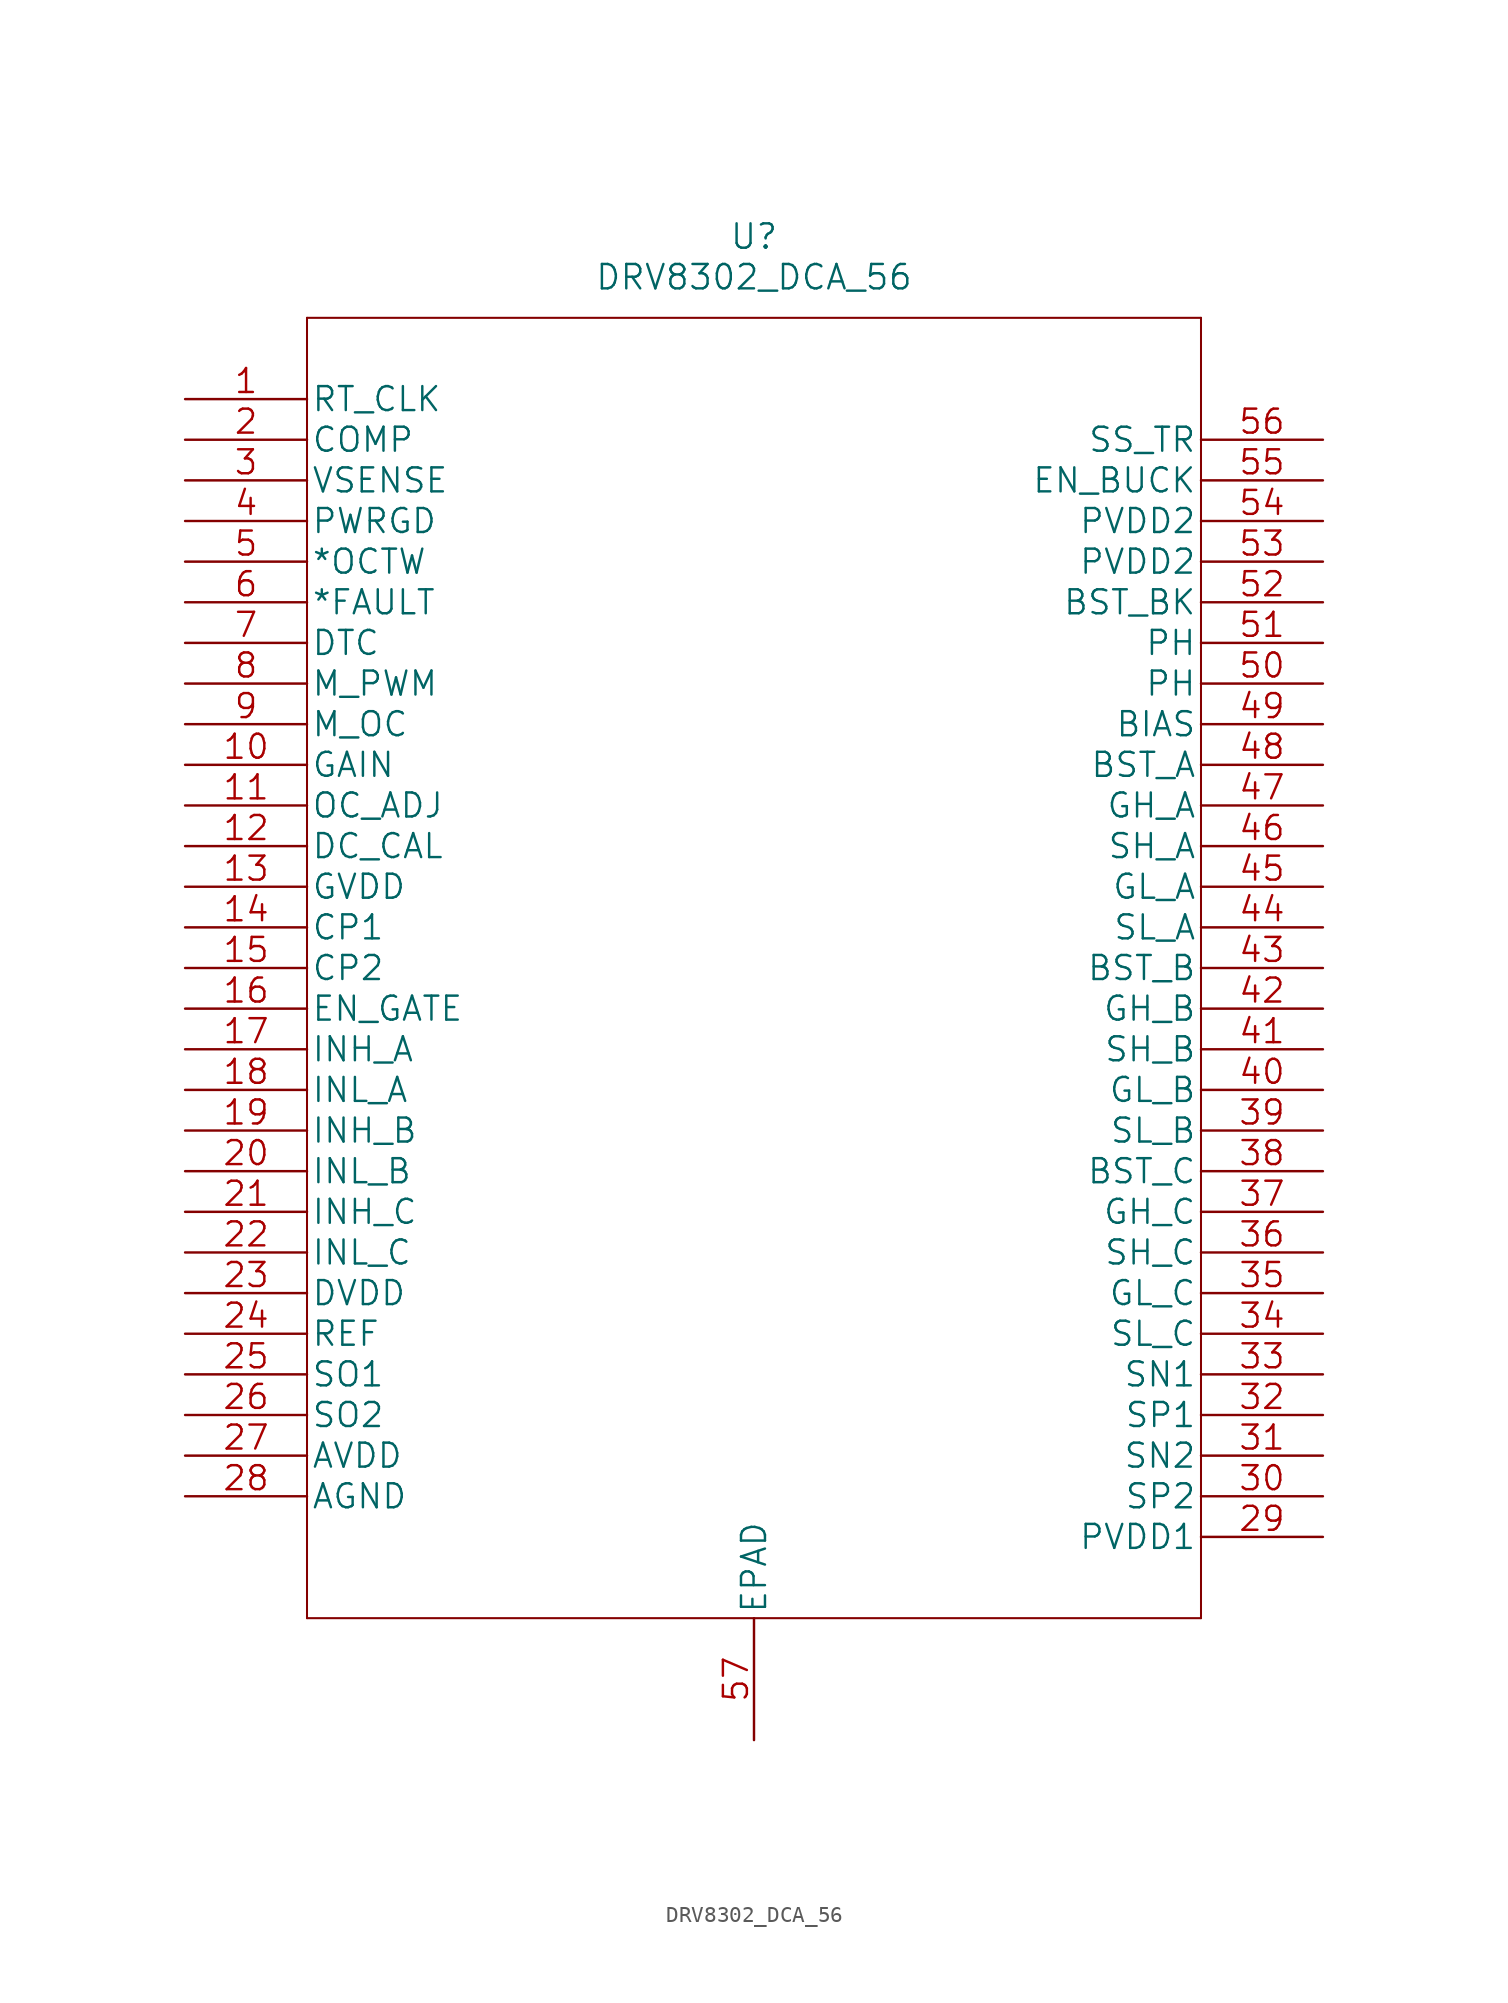
<source format=kicad_sym>
(kicad_symbol_lib
  (version 20231120)
  (generator "kicad_symbol_editor")
  (generator_version "8.0")
  (symbol "DRV8302_DCA_56"
    (pin_names
      (offset 0.254))
    (property "Reference" "U"
      (at 35.56 10.16 0)
      (effects (font (size 1.524 1.524))))
    (property "Value" "DRV8302_DCA_56"
      (at 35.56 7.62 0)
      (effects (font (size 1.524 1.524))))
    (property "Datasheet" ""
      (at 0 0 0)
      (effects (font (size 1.524 1.524))))
    (symbol "DRV8302_DCA_56_1_1"
      (polyline (pts (xy 7.62 -76.2) (xy 63.5 -76.2)) (stroke (width 0.127) (type solid)) (fill (type none)))
      (polyline (pts (xy 7.62 5.08) (xy 7.62 -76.2)) (stroke (width 0.127) (type solid)) (fill (type none)))
      (polyline (pts (xy 63.5 -76.2) (xy 63.5 5.08)) (stroke (width 0.127) (type solid)) (fill (type none)))
      (polyline (pts (xy 63.5 5.08) (xy 7.62 5.08)) (stroke (width 0.127) (type solid)) (fill (type none)))
      (pin input line (at 0 0 0) (length 7.62) (name "RT_CLK" (effects (font (size 1.499 1.499)))) (number "1" (effects (font (size 1.499 1.499)))))
      (pin output line (at 0 -22.86 0) (length 7.62) (name "GAIN" (effects (font (size 1.499 1.499)))) (number "10" (effects (font (size 1.499 1.499)))))
      (pin input line (at 0 -25.4 0) (length 7.62) (name "OC_ADJ" (effects (font (size 1.499 1.499)))) (number "11" (effects (font (size 1.499 1.499)))))
      (pin input line (at 0 -27.94 0) (length 7.62) (name "DC_CAL" (effects (font (size 1.499 1.499)))) (number "12" (effects (font (size 1.499 1.499)))))
      (pin power_in line (at 0 -30.48 0) (length 7.62) (name "GVDD" (effects (font (size 1.499 1.499)))) (number "13" (effects (font (size 1.499 1.499)))))
      (pin power_in line (at 0 -33.02 0) (length 7.62) (name "CP1" (effects (font (size 1.499 1.499)))) (number "14" (effects (font (size 1.499 1.499)))))
      (pin power_in line (at 0 -35.56 0) (length 7.62) (name "CP2" (effects (font (size 1.499 1.499)))) (number "15" (effects (font (size 1.499 1.499)))))
      (pin input line (at 0 -38.1 0) (length 7.62) (name "EN_GATE" (effects (font (size 1.499 1.499)))) (number "16" (effects (font (size 1.499 1.499)))))
      (pin input line (at 0 -40.64 0) (length 7.62) (name "INH_A" (effects (font (size 1.499 1.499)))) (number "17" (effects (font (size 1.499 1.499)))))
      (pin input line (at 0 -43.18 0) (length 7.62) (name "INL_A" (effects (font (size 1.499 1.499)))) (number "18" (effects (font (size 1.499 1.499)))))
      (pin input line (at 0 -45.72 0) (length 7.62) (name "INH_B" (effects (font (size 1.499 1.499)))) (number "19" (effects (font (size 1.499 1.499)))))
      (pin output line (at 0 -2.54 0) (length 7.62) (name "COMP" (effects (font (size 1.499 1.499)))) (number "2" (effects (font (size 1.499 1.499)))))
      (pin input line (at 0 -48.26 0) (length 7.62) (name "INL_B" (effects (font (size 1.499 1.499)))) (number "20" (effects (font (size 1.499 1.499)))))
      (pin input line (at 0 -50.8 0) (length 7.62) (name "INH_C" (effects (font (size 1.499 1.499)))) (number "21" (effects (font (size 1.499 1.499)))))
      (pin input line (at 0 -53.34 0) (length 7.62) (name "INL_C" (effects (font (size 1.499 1.499)))) (number "22" (effects (font (size 1.499 1.499)))))
      (pin power_in line (at 0 -55.88 0) (length 7.62) (name "DVDD" (effects (font (size 1.499 1.499)))) (number "23" (effects (font (size 1.499 1.499)))))
      (pin input line (at 0 -58.42 0) (length 7.62) (name "REF" (effects (font (size 1.499 1.499)))) (number "24" (effects (font (size 1.499 1.499)))))
      (pin output line (at 0 -60.96 0) (length 7.62) (name "SO1" (effects (font (size 1.499 1.499)))) (number "25" (effects (font (size 1.499 1.499)))))
      (pin output line (at 0 -63.5 0) (length 7.62) (name "SO2" (effects (font (size 1.499 1.499)))) (number "26" (effects (font (size 1.499 1.499)))))
      (pin power_in line (at 0 -66.04 0) (length 7.62) (name "AVDD" (effects (font (size 1.499 1.499)))) (number "27" (effects (font (size 1.499 1.499)))))
      (pin power_in line (at 0 -68.58 0) (length 7.62) (name "AGND" (effects (font (size 1.499 1.499)))) (number "28" (effects (font (size 1.499 1.499)))))
      (pin power_in line (at 71.12 -71.12 180) (length 7.62) (name "PVDD1" (effects (font (size 1.499 1.499)))) (number "29" (effects (font (size 1.499 1.499)))))
      (pin input line (at 0 -5.08 0) (length 7.62) (name "VSENSE" (effects (font (size 1.499 1.499)))) (number "3" (effects (font (size 1.499 1.499)))))
      (pin input line (at 71.12 -68.58 180) (length 7.62) (name "SP2" (effects (font (size 1.499 1.499)))) (number "30" (effects (font (size 1.499 1.499)))))
      (pin input line (at 71.12 -66.04 180) (length 7.62) (name "SN2" (effects (font (size 1.499 1.499)))) (number "31" (effects (font (size 1.499 1.499)))))
      (pin input line (at 71.12 -63.5 180) (length 7.62) (name "SP1" (effects (font (size 1.499 1.499)))) (number "32" (effects (font (size 1.499 1.499)))))
      (pin input line (at 71.12 -60.96 180) (length 7.62) (name "SN1" (effects (font (size 1.499 1.499)))) (number "33" (effects (font (size 1.499 1.499)))))
      (pin input line (at 71.12 -58.42 180) (length 7.62) (name "SL_C" (effects (font (size 1.499 1.499)))) (number "34" (effects (font (size 1.499 1.499)))))
      (pin output line (at 71.12 -55.88 180) (length 7.62) (name "GL_C" (effects (font (size 1.499 1.499)))) (number "35" (effects (font (size 1.499 1.499)))))
      (pin input line (at 71.12 -53.34 180) (length 7.62) (name "SH_C" (effects (font (size 1.499 1.499)))) (number "36" (effects (font (size 1.499 1.499)))))
      (pin output line (at 71.12 -50.8 180) (length 7.62) (name "GH_C" (effects (font (size 1.499 1.499)))) (number "37" (effects (font (size 1.499 1.499)))))
      (pin power_in line (at 71.12 -48.26 180) (length 7.62) (name "BST_C" (effects (font (size 1.499 1.499)))) (number "38" (effects (font (size 1.499 1.499)))))
      (pin input line (at 71.12 -45.72 180) (length 7.62) (name "SL_B" (effects (font (size 1.499 1.499)))) (number "39" (effects (font (size 1.499 1.499)))))
      (pin input line (at 0 -7.62 0) (length 7.62) (name "PWRGD" (effects (font (size 1.499 1.499)))) (number "4" (effects (font (size 1.499 1.499)))))
      (pin output line (at 71.12 -43.18 180) (length 7.62) (name "GL_B" (effects (font (size 1.499 1.499)))) (number "40" (effects (font (size 1.499 1.499)))))
      (pin input line (at 71.12 -40.64 180) (length 7.62) (name "SH_B" (effects (font (size 1.499 1.499)))) (number "41" (effects (font (size 1.499 1.499)))))
      (pin output line (at 71.12 -38.1 180) (length 7.62) (name "GH_B" (effects (font (size 1.499 1.499)))) (number "42" (effects (font (size 1.499 1.499)))))
      (pin power_in line (at 71.12 -35.56 180) (length 7.62) (name "BST_B" (effects (font (size 1.499 1.499)))) (number "43" (effects (font (size 1.499 1.499)))))
      (pin input line (at 71.12 -33.02 180) (length 7.62) (name "SL_A" (effects (font (size 1.499 1.499)))) (number "44" (effects (font (size 1.499 1.499)))))
      (pin output line (at 71.12 -30.48 180) (length 7.62) (name "GL_A" (effects (font (size 1.499 1.499)))) (number "45" (effects (font (size 1.499 1.499)))))
      (pin input line (at 71.12 -27.94 180) (length 7.62) (name "SH_A" (effects (font (size 1.499 1.499)))) (number "46" (effects (font (size 1.499 1.499)))))
      (pin output line (at 71.12 -25.4 180) (length 7.62) (name "GH_A" (effects (font (size 1.499 1.499)))) (number "47" (effects (font (size 1.499 1.499)))))
      (pin power_in line (at 71.12 -22.86 180) (length 7.62) (name "BST_A" (effects (font (size 1.499 1.499)))) (number "48" (effects (font (size 1.499 1.499)))))
      (pin input line (at 71.12 -20.32 180) (length 7.62) (name "BIAS" (effects (font (size 1.499 1.499)))) (number "49" (effects (font (size 1.499 1.499)))))
      (pin output line (at 0 -10.16 0) (length 7.62) (name "*OCTW" (effects (font (size 1.499 1.499)))) (number "5" (effects (font (size 1.499 1.499)))))
      (pin output line (at 71.12 -17.78 180) (length 7.62) (name "PH" (effects (font (size 1.499 1.499)))) (number "50" (effects (font (size 1.499 1.499)))))
      (pin output line (at 71.12 -15.24 180) (length 7.62) (name "PH" (effects (font (size 1.499 1.499)))) (number "51" (effects (font (size 1.499 1.499)))))
      (pin power_in line (at 71.12 -12.7 180) (length 7.62) (name "BST_BK" (effects (font (size 1.499 1.499)))) (number "52" (effects (font (size 1.499 1.499)))))
      (pin power_in line (at 71.12 -10.16 180) (length 7.62) (name "PVDD2" (effects (font (size 1.499 1.499)))) (number "53" (effects (font (size 1.499 1.499)))))
      (pin power_in line (at 71.12 -7.62 180) (length 7.62) (name "PVDD2" (effects (font (size 1.499 1.499)))) (number "54" (effects (font (size 1.499 1.499)))))
      (pin input line (at 71.12 -5.08 180) (length 7.62) (name "EN_BUCK" (effects (font (size 1.499 1.499)))) (number "55" (effects (font (size 1.499 1.499)))))
      (pin input line (at 71.12 -2.54 180) (length 7.62) (name "SS_TR" (effects (font (size 1.499 1.499)))) (number "56" (effects (font (size 1.499 1.499)))))
      (pin unspecified line (at 35.56 -83.82 90) (length 7.62) (name "EPAD" (effects (font (size 1.499 1.499)))) (number "57" (effects (font (size 1.499 1.499)))))
      (pin output line (at 0 -12.7 0) (length 7.62) (name "*FAULT" (effects (font (size 1.499 1.499)))) (number "6" (effects (font (size 1.499 1.499)))))
      (pin input line (at 0 -15.24 0) (length 7.62) (name "DTC" (effects (font (size 1.499 1.499)))) (number "7" (effects (font (size 1.499 1.499)))))
      (pin input line (at 0 -17.78 0) (length 7.62) (name "M_PWM" (effects (font (size 1.499 1.499)))) (number "8" (effects (font (size 1.499 1.499)))))
      (pin input line (at 0 -20.32 0) (length 7.62) (name "M_OC" (effects (font (size 1.499 1.499)))) (number "9" (effects (font (size 1.499 1.499))))))))
</source>
